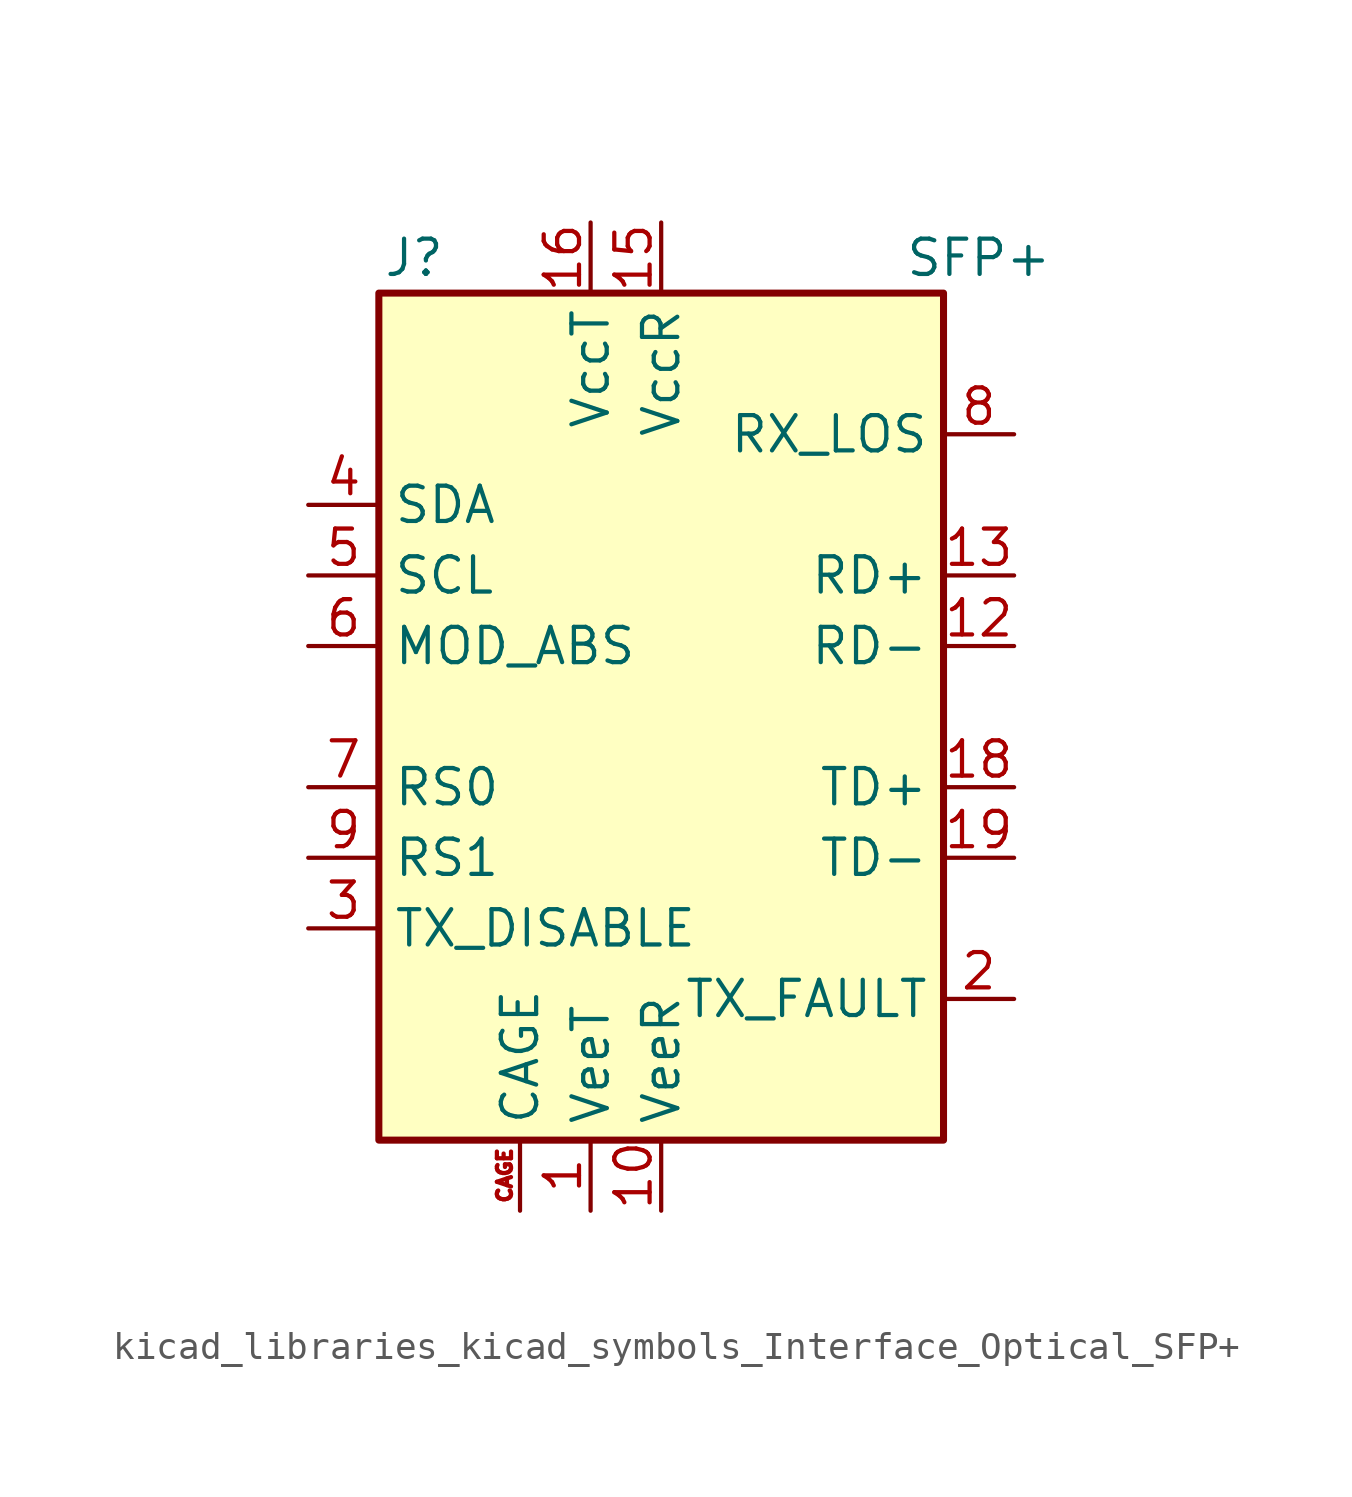
<source format=kicad_sym>
(kicad_symbol_lib
  (version 20220914)
  (generator kicad_symbol_editor)
  (symbol "kicad_libraries_kicad_symbols_Interface_Optical_SFP+"
    (property "Reference" "J"
      (at -8.89 16.51 0)
      (effects (font (size 1.27 1.27))))
    (property "Value" "SFP+"
      (at 11.43 16.51 0)
      (effects (font (size 1.27 1.27))))
    (symbol "kicad_libraries_kicad_symbols_Interface_Optical_SFP+_0_0"
      (rectangle (start -10.16 15.24) (end 10.16 -15.24) (stroke (width 0.254) (type default)) (fill (type background))))
    (symbol "kicad_libraries_kicad_symbols_Interface_Optical_SFP+_1_1"
      (pin power_in line (at -2.54 -17.78 90) (length 2.54) (name "VeeT" (effects (font (size 1.27 1.27)))) (number "1" (effects (font (size 1.27 1.27)))))
      (pin power_in line (at 0 -17.78 90) (length 2.54) (name "VeeR" (effects (font (size 1.27 1.27)))) (number "10" (effects (font (size 1.27 1.27)))))
      (pin passive line (at 0 -17.78 90) (length 2.54) hide (name "VeeR" (effects (font (size 1.27 1.27)))) (number "11" (effects (font (size 1.27 1.27)))))
      (pin output line (at 12.7 2.54 180) (length 2.54) (name "RD-" (effects (font (size 1.27 1.27)))) (number "12" (effects (font (size 1.27 1.27)))))
      (pin output line (at 12.7 5.08 180) (length 2.54) (name "RD+" (effects (font (size 1.27 1.27)))) (number "13" (effects (font (size 1.27 1.27)))))
      (pin passive line (at 0 -17.78 90) (length 2.54) hide (name "VeeR" (effects (font (size 1.27 1.27)))) (number "14" (effects (font (size 1.27 1.27)))))
      (pin power_in line (at 0 17.78 270) (length 2.54) (name "VccR" (effects (font (size 1.27 1.27)))) (number "15" (effects (font (size 1.27 1.27)))))
      (pin power_in line (at -2.54 17.78 270) (length 2.54) (name "VccT" (effects (font (size 1.27 1.27)))) (number "16" (effects (font (size 1.27 1.27)))))
      (pin passive line (at -2.54 -17.78 90) (length 2.54) hide (name "VeeT" (effects (font (size 1.27 1.27)))) (number "17" (effects (font (size 1.27 1.27)))))
      (pin input line (at 12.7 -2.54 180) (length 2.54) (name "TD+" (effects (font (size 1.27 1.27)))) (number "18" (effects (font (size 1.27 1.27)))))
      (pin input line (at 12.7 -5.08 180) (length 2.54) (name "TD-" (effects (font (size 1.27 1.27)))) (number "19" (effects (font (size 1.27 1.27)))))
      (pin open_collector line (at 12.7 -10.16 180) (length 2.54) (name "TX_FAULT" (effects (font (size 1.27 1.27)))) (number "2" (effects (font (size 1.27 1.27)))))
      (pin passive line (at -2.54 -17.78 90) (length 2.54) hide (name "VeeT" (effects (font (size 1.27 1.27)))) (number "20" (effects (font (size 1.27 1.27)))))
      (pin input line (at -12.7 -7.62 0) (length 2.54) (name "TX_DISABLE" (effects (font (size 1.27 1.27)))) (number "3" (effects (font (size 1.27 1.27)))))
      (pin bidirectional line (at -12.7 7.62 0) (length 2.54) (name "SDA" (effects (font (size 1.27 1.27)))) (number "4" (effects (font (size 1.27 1.27)))))
      (pin input line (at -12.7 5.08 0) (length 2.54) (name "SCL" (effects (font (size 1.27 1.27)))) (number "5" (effects (font (size 1.27 1.27)))))
      (pin passive line (at -12.7 2.54 0) (length 2.54) (name "MOD_ABS" (effects (font (size 1.27 1.27)))) (number "6" (effects (font (size 1.27 1.27)))))
      (pin input line (at -12.7 -2.54 0) (length 2.54) (name "RS0" (effects (font (size 1.27 1.27)))) (number "7" (effects (font (size 1.27 1.27)))))
      (pin open_collector line (at 12.7 10.16 180) (length 2.54) (name "RX_LOS" (effects (font (size 1.27 1.27)))) (number "8" (effects (font (size 1.27 1.27)))))
      (pin input line (at -12.7 -5.08 0) (length 2.54) (name "RS1" (effects (font (size 1.27 1.27)))) (number "9" (effects (font (size 1.27 1.27)))))
      (pin passive line (at -5.08 -17.78 90) (length 2.54) (name "CAGE" (effects (font (size 1.27 1.27)))) (number "CAGE" (effects (font (size 0.508 0.508))))))))
</source>
